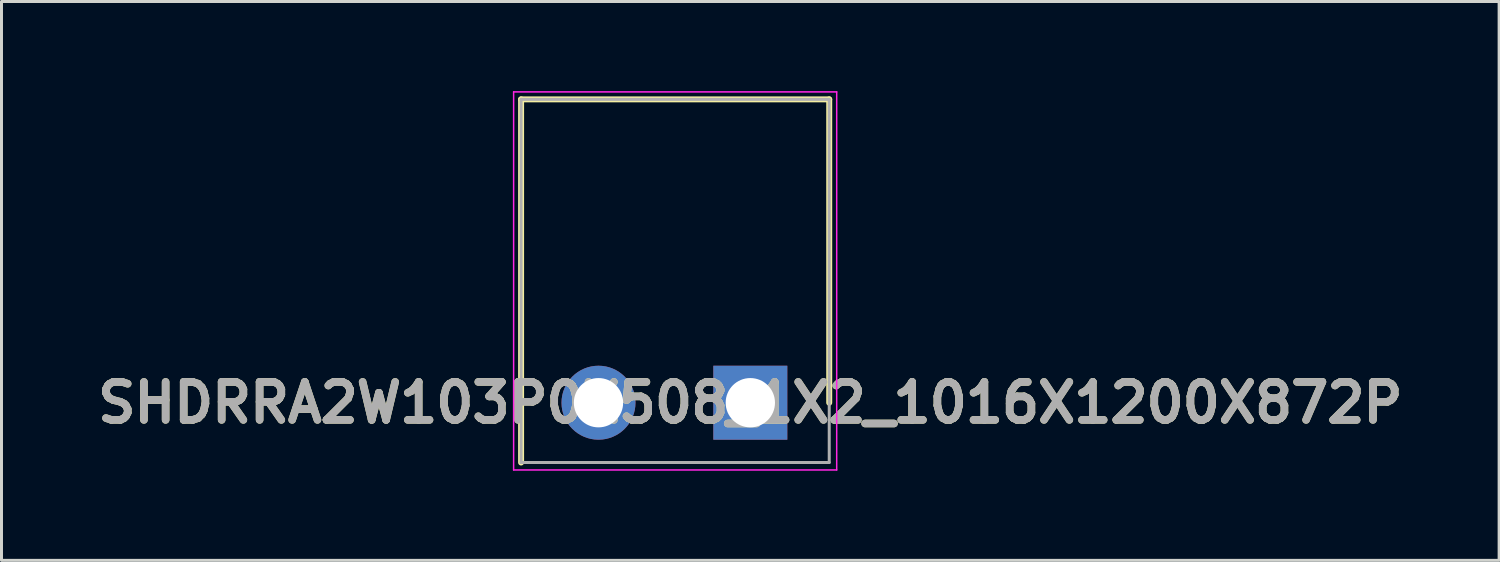
<source format=kicad_pcb>
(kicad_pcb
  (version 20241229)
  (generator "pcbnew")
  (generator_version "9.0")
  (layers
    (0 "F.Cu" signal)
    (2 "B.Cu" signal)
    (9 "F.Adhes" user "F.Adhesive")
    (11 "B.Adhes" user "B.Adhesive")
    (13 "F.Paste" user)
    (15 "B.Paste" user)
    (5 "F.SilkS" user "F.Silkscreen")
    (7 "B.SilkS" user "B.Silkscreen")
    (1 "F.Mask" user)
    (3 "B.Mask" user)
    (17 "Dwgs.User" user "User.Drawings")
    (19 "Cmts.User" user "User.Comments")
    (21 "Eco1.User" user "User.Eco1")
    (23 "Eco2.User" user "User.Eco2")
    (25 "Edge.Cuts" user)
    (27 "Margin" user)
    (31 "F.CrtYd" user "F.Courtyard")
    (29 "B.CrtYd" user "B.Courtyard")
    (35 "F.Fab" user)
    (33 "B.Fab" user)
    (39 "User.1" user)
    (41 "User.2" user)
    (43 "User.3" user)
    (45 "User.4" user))
  (footprint "SHDRRA2W103P0X508_1X2_1016X1200X872P"
    (layer "F.Cu")
    (at 22.056 10.425)
    (property "Reference" "SHDRRA2W103P0X508_1X2_1016X1200X872P" (at 0 0 0) (layer "F.SilkS") (effects (font (size 1.27 1.27) (thickness 0.254))))
    (attr through_hole)
    (fp_line (start -7.67 -10.15) (end -7.67 2) (stroke (width 0.2) (type solid)) (layer "F.SilkS"))
    (fp_line (start 2.64 -10.15) (end -7.67 -10.15) (stroke (width 0.2) (type solid)) (layer "F.SilkS"))
    (fp_line (start 2.64 0) (end 2.64 -10.15) (stroke (width 0.2) (type solid)) (layer "F.SilkS"))
    (fp_line (start -7.92 -10.4) (end 2.89 -10.4) (stroke (width 0.05) (type solid)) (layer "F.CrtYd"))
    (fp_line (start -7.92 2.25) (end -7.92 -10.4) (stroke (width 0.05) (type solid)) (layer "F.CrtYd"))
    (fp_line (start 2.89 -10.4) (end 2.89 2.25) (stroke (width 0.05) (type solid)) (layer "F.CrtYd"))
    (fp_line (start 2.89 2.25) (end -7.92 2.25) (stroke (width 0.05) (type solid)) (layer "F.CrtYd"))
    (fp_line (start -7.67 -10.15) (end 2.64 -10.15) (stroke (width 0.1) (type solid)) (layer "F.Fab"))
    (fp_line (start -7.67 2) (end -7.67 -10.15) (stroke (width 0.1) (type solid)) (layer "F.Fab"))
    (fp_line (start 2.64 -10.15) (end 2.64 2) (stroke (width 0.1) (type solid)) (layer "F.Fab"))
    (fp_line (start 2.64 2) (end -7.67 2) (stroke (width 0.1) (type solid)) (layer "F.Fab"))
    (fp_text user "${REFERENCE}" (at 0 0 0) (layer "F.Fab") (effects (font (size 1.27 1.27) (thickness 0.254))))
    (pad "1" thru_hole rect (at 0 0) (size 2.475 2.475) (drill 1.65) (layers "*.Cu" "*.Mask"))
    (pad "2" thru_hole circle (at -5.08 0) (size 2.475 2.475) (drill 1.65) (layers "*.Cu" "*.Mask")))
  (gr_rect
    (start -3 -3)
    (end 47.111 15.7)
    (stroke (width 0.1) (type default))
    (fill no)
    (layer "Edge.Cuts")))
</source>
